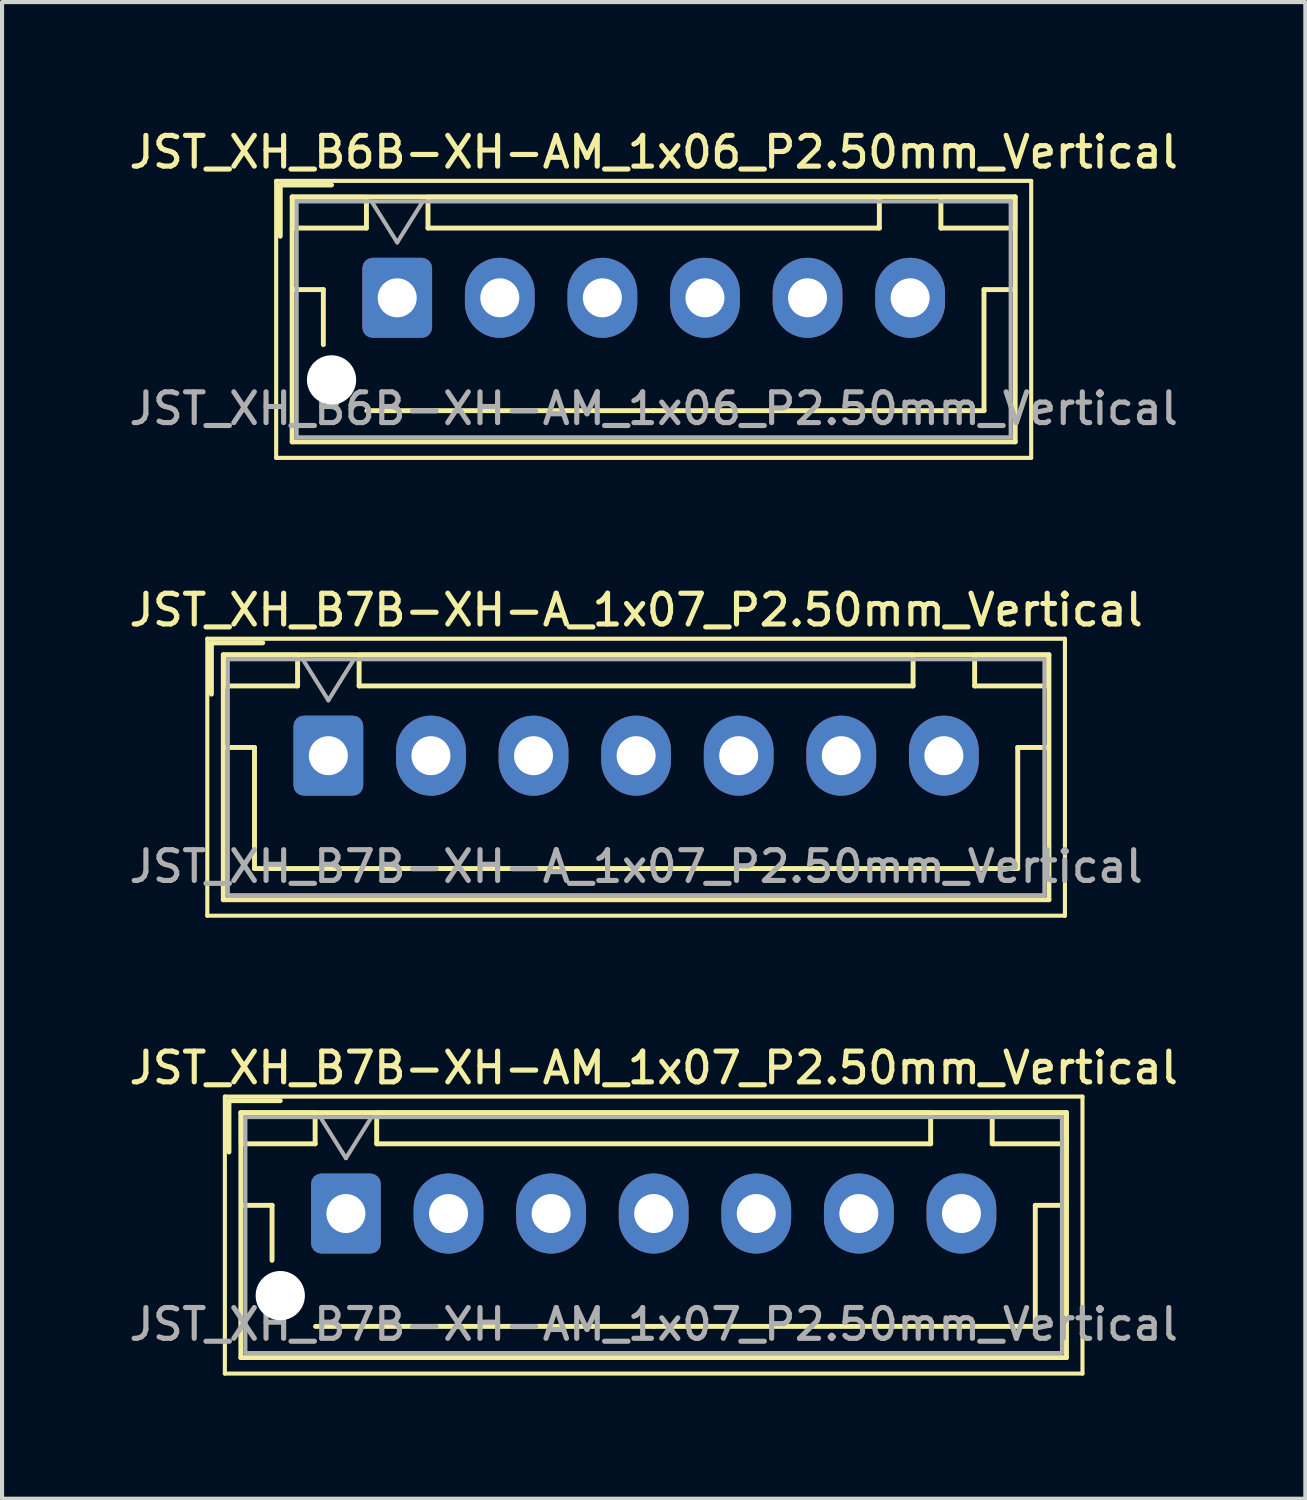
<source format=kicad_pcb>
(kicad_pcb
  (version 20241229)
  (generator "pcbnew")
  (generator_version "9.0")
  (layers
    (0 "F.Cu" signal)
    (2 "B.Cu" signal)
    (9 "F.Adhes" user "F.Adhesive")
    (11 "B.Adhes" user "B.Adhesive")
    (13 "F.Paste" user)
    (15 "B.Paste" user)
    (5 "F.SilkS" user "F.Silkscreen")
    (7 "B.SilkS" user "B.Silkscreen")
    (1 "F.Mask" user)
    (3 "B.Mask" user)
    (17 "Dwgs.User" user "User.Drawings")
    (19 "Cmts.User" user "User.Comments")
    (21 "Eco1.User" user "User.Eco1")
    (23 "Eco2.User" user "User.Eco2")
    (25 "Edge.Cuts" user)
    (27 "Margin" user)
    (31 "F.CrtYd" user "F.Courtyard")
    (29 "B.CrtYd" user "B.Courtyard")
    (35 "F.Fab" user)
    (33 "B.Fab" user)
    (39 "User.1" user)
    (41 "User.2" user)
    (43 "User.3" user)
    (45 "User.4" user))
  (footprint "JST_XH_B7B-XH-AM_1x07_P2.50mm_Vertical"
    (layer "F.Cu")
    (at 5.38 26.524)
    (property "Reference" "JST_XH_B7B-XH-AM_1x07_P2.50mm_Vertical" (at 7.5 -3.55 0) (layer "F.SilkS") (effects (font (size 0.75 0.75) (thickness 0.125))))
    (attr through_hole)
    (fp_line (start -2.95 -2.85) (end -2.95 3.9) (stroke (width 0.1) (type solid)) (layer "F.SilkS"))
    (fp_line (start -2.95 3.9) (end 17.95 3.9) (stroke (width 0.1) (type solid)) (layer "F.SilkS"))
    (fp_line (start -2.85 -2.75) (end -2.85 -1.5) (stroke (width 0.12) (type solid)) (layer "F.SilkS"))
    (fp_line (start -2.56 -2.46) (end -2.56 3.51) (stroke (width 0.12) (type solid)) (layer "F.SilkS"))
    (fp_line (start -2.56 3.51) (end 17.56 3.51) (stroke (width 0.12) (type solid)) (layer "F.SilkS"))
    (fp_line (start -2.55 -2.45) (end -2.55 -1.7) (stroke (width 0.12) (type solid)) (layer "F.SilkS"))
    (fp_line (start -2.55 -1.7) (end -0.75 -1.7) (stroke (width 0.12) (type solid)) (layer "F.SilkS"))
    (fp_line (start -2.55 -0.2) (end -1.8 -0.2) (stroke (width 0.12) (type solid)) (layer "F.SilkS"))
    (fp_line (start -1.8 -0.2) (end -1.8 1.14) (stroke (width 0.12) (type solid)) (layer "F.SilkS"))
    (fp_line (start -1.6 -2.75) (end -2.85 -2.75) (stroke (width 0.12) (type solid)) (layer "F.SilkS"))
    (fp_line (start -0.75 -2.45) (end -2.55 -2.45) (stroke (width 0.12) (type solid)) (layer "F.SilkS"))
    (fp_line (start -0.75 -1.7) (end -0.75 -2.45) (stroke (width 0.12) (type solid)) (layer "F.SilkS"))
    (fp_line (start 0.75 -2.45) (end 0.75 -1.7) (stroke (width 0.12) (type solid)) (layer "F.SilkS"))
    (fp_line (start 0.75 -1.7) (end 14.25 -1.7) (stroke (width 0.12) (type solid)) (layer "F.SilkS"))
    (fp_line (start 7.5 2.75) (end -0.74 2.75) (stroke (width 0.12) (type solid)) (layer "F.SilkS"))
    (fp_line (start 14.25 -2.45) (end 0.75 -2.45) (stroke (width 0.12) (type solid)) (layer "F.SilkS"))
    (fp_line (start 14.25 -1.7) (end 14.25 -2.45) (stroke (width 0.12) (type solid)) (layer "F.SilkS"))
    (fp_line (start 15.75 -2.45) (end 15.75 -1.7) (stroke (width 0.12) (type solid)) (layer "F.SilkS"))
    (fp_line (start 15.75 -1.7) (end 17.55 -1.7) (stroke (width 0.12) (type solid)) (layer "F.SilkS"))
    (fp_line (start 16.8 -0.2) (end 16.8 2.75) (stroke (width 0.12) (type solid)) (layer "F.SilkS"))
    (fp_line (start 16.8 2.75) (end 7.5 2.75) (stroke (width 0.12) (type solid)) (layer "F.SilkS"))
    (fp_line (start 17.55 -2.45) (end 15.75 -2.45) (stroke (width 0.12) (type solid)) (layer "F.SilkS"))
    (fp_line (start 17.55 -1.7) (end 17.55 -2.45) (stroke (width 0.12) (type solid)) (layer "F.SilkS"))
    (fp_line (start 17.55 -0.2) (end 16.8 -0.2) (stroke (width 0.12) (type solid)) (layer "F.SilkS"))
    (fp_line (start 17.56 -2.46) (end -2.56 -2.46) (stroke (width 0.12) (type solid)) (layer "F.SilkS"))
    (fp_line (start 17.56 3.51) (end 17.56 -2.46) (stroke (width 0.12) (type solid)) (layer "F.SilkS"))
    (fp_line (start 17.95 -2.85) (end -2.95 -2.85) (stroke (width 0.1) (type solid)) (layer "F.SilkS"))
    (fp_line (start 17.95 3.9) (end 17.95 -2.85) (stroke (width 0.1) (type solid)) (layer "F.SilkS"))
    (fp_line (start -2.45 -2.35) (end -2.45 3.4) (stroke (width 0.1) (type solid)) (layer "F.Fab"))
    (fp_line (start -2.45 3.4) (end 17.45 3.4) (stroke (width 0.1) (type solid)) (layer "F.Fab"))
    (fp_line (start -0.625 -2.35) (end 0 -1.35) (stroke (width 0.1) (type solid)) (layer "F.Fab"))
    (fp_line (start 0 -1.35) (end 0.625 -2.35) (stroke (width 0.1) (type solid)) (layer "F.Fab"))
    (fp_line (start 17.45 -2.35) (end -2.45 -2.35) (stroke (width 0.1) (type solid)) (layer "F.Fab"))
    (fp_line (start 17.45 3.4) (end 17.45 -2.35) (stroke (width 0.1) (type solid)) (layer "F.Fab"))
    (fp_text user "${REFERENCE}" (at 7.5 2.7 0) (layer "F.Fab") (effects (font (size 0.75 0.75) (thickness 0.125))))
    (pad "" np_thru_hole circle (at -1.6 2) (size 1.2 1.2) (drill 1.2) (layers "*.Cu" "*.Mask"))
    (pad "1" thru_hole roundrect (at 0 0) (size 1.7 1.95) (drill 0.95) (layers "*.Cu" "*.Mask") (roundrect_rratio 0.147))
    (pad "2" thru_hole oval (at 2.5 0) (size 1.7 1.95) (drill 0.95) (layers "*.Cu" "*.Mask"))
    (pad "3" thru_hole oval (at 5 0) (size 1.7 1.95) (drill 0.95) (layers "*.Cu" "*.Mask"))
    (pad "4" thru_hole oval (at 7.5 0) (size 1.7 1.95) (drill 0.95) (layers "*.Cu" "*.Mask"))
    (pad "5" thru_hole oval (at 10 0) (size 1.7 1.95) (drill 0.95) (layers "*.Cu" "*.Mask"))
    (pad "6" thru_hole oval (at 12.5 0) (size 1.7 1.95) (drill 0.95) (layers "*.Cu" "*.Mask"))
    (pad "7" thru_hole oval (at 15 0) (size 1.7 1.95) (drill 0.95) (layers "*.Cu" "*.Mask")))
  (footprint "JST_XH_B7B-XH-A_1x07_P2.50mm_Vertical"
    (layer "F.Cu")
    (at 4.952 15.366)
    (property "Reference" "JST_XH_B7B-XH-A_1x07_P2.50mm_Vertical" (at 7.5 -3.55 0) (layer "F.SilkS") (effects (font (size 0.75 0.75) (thickness 0.125))))
    (attr through_hole)
    (fp_line (start -2.95 -2.85) (end -2.95 3.9) (stroke (width 0.1) (type solid)) (layer "F.SilkS"))
    (fp_line (start -2.95 3.9) (end 17.95 3.9) (stroke (width 0.1) (type solid)) (layer "F.SilkS"))
    (fp_line (start -2.85 -2.75) (end -2.85 -1.5) (stroke (width 0.12) (type solid)) (layer "F.SilkS"))
    (fp_line (start -2.56 -2.46) (end -2.56 3.51) (stroke (width 0.12) (type solid)) (layer "F.SilkS"))
    (fp_line (start -2.56 3.51) (end 17.56 3.51) (stroke (width 0.12) (type solid)) (layer "F.SilkS"))
    (fp_line (start -2.55 -2.45) (end -2.55 -1.7) (stroke (width 0.12) (type solid)) (layer "F.SilkS"))
    (fp_line (start -2.55 -1.7) (end -0.75 -1.7) (stroke (width 0.12) (type solid)) (layer "F.SilkS"))
    (fp_line (start -2.55 -0.2) (end -1.8 -0.2) (stroke (width 0.12) (type solid)) (layer "F.SilkS"))
    (fp_line (start -1.8 -0.2) (end -1.8 2.75) (stroke (width 0.12) (type solid)) (layer "F.SilkS"))
    (fp_line (start -1.8 2.75) (end 7.5 2.75) (stroke (width 0.12) (type solid)) (layer "F.SilkS"))
    (fp_line (start -1.6 -2.75) (end -2.85 -2.75) (stroke (width 0.12) (type solid)) (layer "F.SilkS"))
    (fp_line (start -0.75 -2.45) (end -2.55 -2.45) (stroke (width 0.12) (type solid)) (layer "F.SilkS"))
    (fp_line (start -0.75 -1.7) (end -0.75 -2.45) (stroke (width 0.12) (type solid)) (layer "F.SilkS"))
    (fp_line (start 0.75 -2.45) (end 0.75 -1.7) (stroke (width 0.12) (type solid)) (layer "F.SilkS"))
    (fp_line (start 0.75 -1.7) (end 14.25 -1.7) (stroke (width 0.12) (type solid)) (layer "F.SilkS"))
    (fp_line (start 14.25 -2.45) (end 0.75 -2.45) (stroke (width 0.12) (type solid)) (layer "F.SilkS"))
    (fp_line (start 14.25 -1.7) (end 14.25 -2.45) (stroke (width 0.12) (type solid)) (layer "F.SilkS"))
    (fp_line (start 15.75 -2.45) (end 15.75 -1.7) (stroke (width 0.12) (type solid)) (layer "F.SilkS"))
    (fp_line (start 15.75 -1.7) (end 17.55 -1.7) (stroke (width 0.12) (type solid)) (layer "F.SilkS"))
    (fp_line (start 16.8 -0.2) (end 16.8 2.75) (stroke (width 0.12) (type solid)) (layer "F.SilkS"))
    (fp_line (start 16.8 2.75) (end 7.5 2.75) (stroke (width 0.12) (type solid)) (layer "F.SilkS"))
    (fp_line (start 17.55 -2.45) (end 15.75 -2.45) (stroke (width 0.12) (type solid)) (layer "F.SilkS"))
    (fp_line (start 17.55 -1.7) (end 17.55 -2.45) (stroke (width 0.12) (type solid)) (layer "F.SilkS"))
    (fp_line (start 17.55 -0.2) (end 16.8 -0.2) (stroke (width 0.12) (type solid)) (layer "F.SilkS"))
    (fp_line (start 17.56 -2.46) (end -2.56 -2.46) (stroke (width 0.12) (type solid)) (layer "F.SilkS"))
    (fp_line (start 17.56 3.51) (end 17.56 -2.46) (stroke (width 0.12) (type solid)) (layer "F.SilkS"))
    (fp_line (start 17.95 -2.85) (end -2.95 -2.85) (stroke (width 0.1) (type solid)) (layer "F.SilkS"))
    (fp_line (start 17.95 3.9) (end 17.95 -2.85) (stroke (width 0.1) (type solid)) (layer "F.SilkS"))
    (fp_line (start -2.45 -2.35) (end -2.45 3.4) (stroke (width 0.1) (type solid)) (layer "F.Fab"))
    (fp_line (start -2.45 3.4) (end 17.45 3.4) (stroke (width 0.1) (type solid)) (layer "F.Fab"))
    (fp_line (start -0.625 -2.35) (end 0 -1.35) (stroke (width 0.1) (type solid)) (layer "F.Fab"))
    (fp_line (start 0 -1.35) (end 0.625 -2.35) (stroke (width 0.1) (type solid)) (layer "F.Fab"))
    (fp_line (start 17.45 -2.35) (end -2.45 -2.35) (stroke (width 0.1) (type solid)) (layer "F.Fab"))
    (fp_line (start 17.45 3.4) (end 17.45 -2.35) (stroke (width 0.1) (type solid)) (layer "F.Fab"))
    (fp_text user "${REFERENCE}" (at 7.5 2.7 0) (layer "F.Fab") (effects (font (size 0.75 0.75) (thickness 0.125))))
    (pad "1" thru_hole roundrect (at 0 0) (size 1.7 1.95) (drill 0.95) (layers "*.Cu" "*.Mask") (roundrect_rratio 0.147))
    (pad "2" thru_hole oval (at 2.5 0) (size 1.7 1.95) (drill 0.95) (layers "*.Cu" "*.Mask"))
    (pad "3" thru_hole oval (at 5 0) (size 1.7 1.95) (drill 0.95) (layers "*.Cu" "*.Mask"))
    (pad "4" thru_hole oval (at 7.5 0) (size 1.7 1.95) (drill 0.95) (layers "*.Cu" "*.Mask"))
    (pad "5" thru_hole oval (at 10 0) (size 1.7 1.95) (drill 0.95) (layers "*.Cu" "*.Mask"))
    (pad "6" thru_hole oval (at 12.5 0) (size 1.7 1.95) (drill 0.95) (layers "*.Cu" "*.Mask"))
    (pad "7" thru_hole oval (at 15 0) (size 1.7 1.95) (drill 0.95) (layers "*.Cu" "*.Mask")))
  (footprint "JST_XH_B6B-XH-AM_1x06_P2.50mm_Vertical"
    (layer "F.Cu")
    (at 6.63 4.208)
    (property "Reference" "JST_XH_B6B-XH-AM_1x06_P2.50mm_Vertical" (at 6.25 -3.55 0) (layer "F.SilkS") (effects (font (size 0.75 0.75) (thickness 0.125))))
    (attr through_hole)
    (fp_line (start -2.95 -2.85) (end -2.95 3.9) (stroke (width 0.1) (type solid)) (layer "F.SilkS"))
    (fp_line (start -2.95 3.9) (end 15.45 3.9) (stroke (width 0.1) (type solid)) (layer "F.SilkS"))
    (fp_line (start -2.85 -2.75) (end -2.85 -1.5) (stroke (width 0.12) (type solid)) (layer "F.SilkS"))
    (fp_line (start -2.56 -2.46) (end -2.56 3.51) (stroke (width 0.12) (type solid)) (layer "F.SilkS"))
    (fp_line (start -2.56 3.51) (end 15.06 3.51) (stroke (width 0.12) (type solid)) (layer "F.SilkS"))
    (fp_line (start -2.55 -2.45) (end -2.55 -1.7) (stroke (width 0.12) (type solid)) (layer "F.SilkS"))
    (fp_line (start -2.55 -1.7) (end -0.75 -1.7) (stroke (width 0.12) (type solid)) (layer "F.SilkS"))
    (fp_line (start -2.55 -0.2) (end -1.8 -0.2) (stroke (width 0.12) (type solid)) (layer "F.SilkS"))
    (fp_line (start -1.8 -0.2) (end -1.8 1.14) (stroke (width 0.12) (type solid)) (layer "F.SilkS"))
    (fp_line (start -1.6 -2.75) (end -2.85 -2.75) (stroke (width 0.12) (type solid)) (layer "F.SilkS"))
    (fp_line (start -0.75 -2.45) (end -2.55 -2.45) (stroke (width 0.12) (type solid)) (layer "F.SilkS"))
    (fp_line (start -0.75 -1.7) (end -0.75 -2.45) (stroke (width 0.12) (type solid)) (layer "F.SilkS"))
    (fp_line (start 0.75 -2.45) (end 0.75 -1.7) (stroke (width 0.12) (type solid)) (layer "F.SilkS"))
    (fp_line (start 0.75 -1.7) (end 11.75 -1.7) (stroke (width 0.12) (type solid)) (layer "F.SilkS"))
    (fp_line (start 6.25 2.75) (end -0.74 2.75) (stroke (width 0.12) (type solid)) (layer "F.SilkS"))
    (fp_line (start 11.75 -2.45) (end 0.75 -2.45) (stroke (width 0.12) (type solid)) (layer "F.SilkS"))
    (fp_line (start 11.75 -1.7) (end 11.75 -2.45) (stroke (width 0.12) (type solid)) (layer "F.SilkS"))
    (fp_line (start 13.25 -2.45) (end 13.25 -1.7) (stroke (width 0.12) (type solid)) (layer "F.SilkS"))
    (fp_line (start 13.25 -1.7) (end 15.05 -1.7) (stroke (width 0.12) (type solid)) (layer "F.SilkS"))
    (fp_line (start 14.3 -0.2) (end 14.3 2.75) (stroke (width 0.12) (type solid)) (layer "F.SilkS"))
    (fp_line (start 14.3 2.75) (end 6.25 2.75) (stroke (width 0.12) (type solid)) (layer "F.SilkS"))
    (fp_line (start 15.05 -2.45) (end 13.25 -2.45) (stroke (width 0.12) (type solid)) (layer "F.SilkS"))
    (fp_line (start 15.05 -1.7) (end 15.05 -2.45) (stroke (width 0.12) (type solid)) (layer "F.SilkS"))
    (fp_line (start 15.05 -0.2) (end 14.3 -0.2) (stroke (width 0.12) (type solid)) (layer "F.SilkS"))
    (fp_line (start 15.06 -2.46) (end -2.56 -2.46) (stroke (width 0.12) (type solid)) (layer "F.SilkS"))
    (fp_line (start 15.06 3.51) (end 15.06 -2.46) (stroke (width 0.12) (type solid)) (layer "F.SilkS"))
    (fp_line (start 15.45 -2.85) (end -2.95 -2.85) (stroke (width 0.1) (type solid)) (layer "F.SilkS"))
    (fp_line (start 15.45 3.9) (end 15.45 -2.85) (stroke (width 0.1) (type solid)) (layer "F.SilkS"))
    (fp_line (start -2.45 -2.35) (end -2.45 3.4) (stroke (width 0.1) (type solid)) (layer "F.Fab"))
    (fp_line (start -2.45 3.4) (end 14.95 3.4) (stroke (width 0.1) (type solid)) (layer "F.Fab"))
    (fp_line (start -0.625 -2.35) (end 0 -1.35) (stroke (width 0.1) (type solid)) (layer "F.Fab"))
    (fp_line (start 0 -1.35) (end 0.625 -2.35) (stroke (width 0.1) (type solid)) (layer "F.Fab"))
    (fp_line (start 14.95 -2.35) (end -2.45 -2.35) (stroke (width 0.1) (type solid)) (layer "F.Fab"))
    (fp_line (start 14.95 3.4) (end 14.95 -2.35) (stroke (width 0.1) (type solid)) (layer "F.Fab"))
    (fp_text user "${REFERENCE}" (at 6.25 2.7 0) (layer "F.Fab") (effects (font (size 0.75 0.75) (thickness 0.125))))
    (pad "" np_thru_hole circle (at -1.6 2) (size 1.2 1.2) (drill 1.2) (layers "*.Cu" "*.Mask"))
    (pad "1" thru_hole roundrect (at 0 0) (size 1.7 1.95) (drill 0.95) (layers "*.Cu" "*.Mask") (roundrect_rratio 0.147))
    (pad "2" thru_hole oval (at 2.5 0) (size 1.7 1.95) (drill 0.95) (layers "*.Cu" "*.Mask"))
    (pad "3" thru_hole oval (at 5 0) (size 1.7 1.95) (drill 0.95) (layers "*.Cu" "*.Mask"))
    (pad "4" thru_hole oval (at 7.5 0) (size 1.7 1.95) (drill 0.95) (layers "*.Cu" "*.Mask"))
    (pad "5" thru_hole oval (at 10 0) (size 1.7 1.95) (drill 0.95) (layers "*.Cu" "*.Mask"))
    (pad "6" thru_hole oval (at 12.5 0) (size 1.7 1.95) (drill 0.95) (layers "*.Cu" "*.Mask")))
  (gr_rect
    (start -3 -3)
    (end 28.761 33.474)
    (stroke (width 0.1) (type default))
    (fill no)
    (layer "Edge.Cuts")))
</source>
